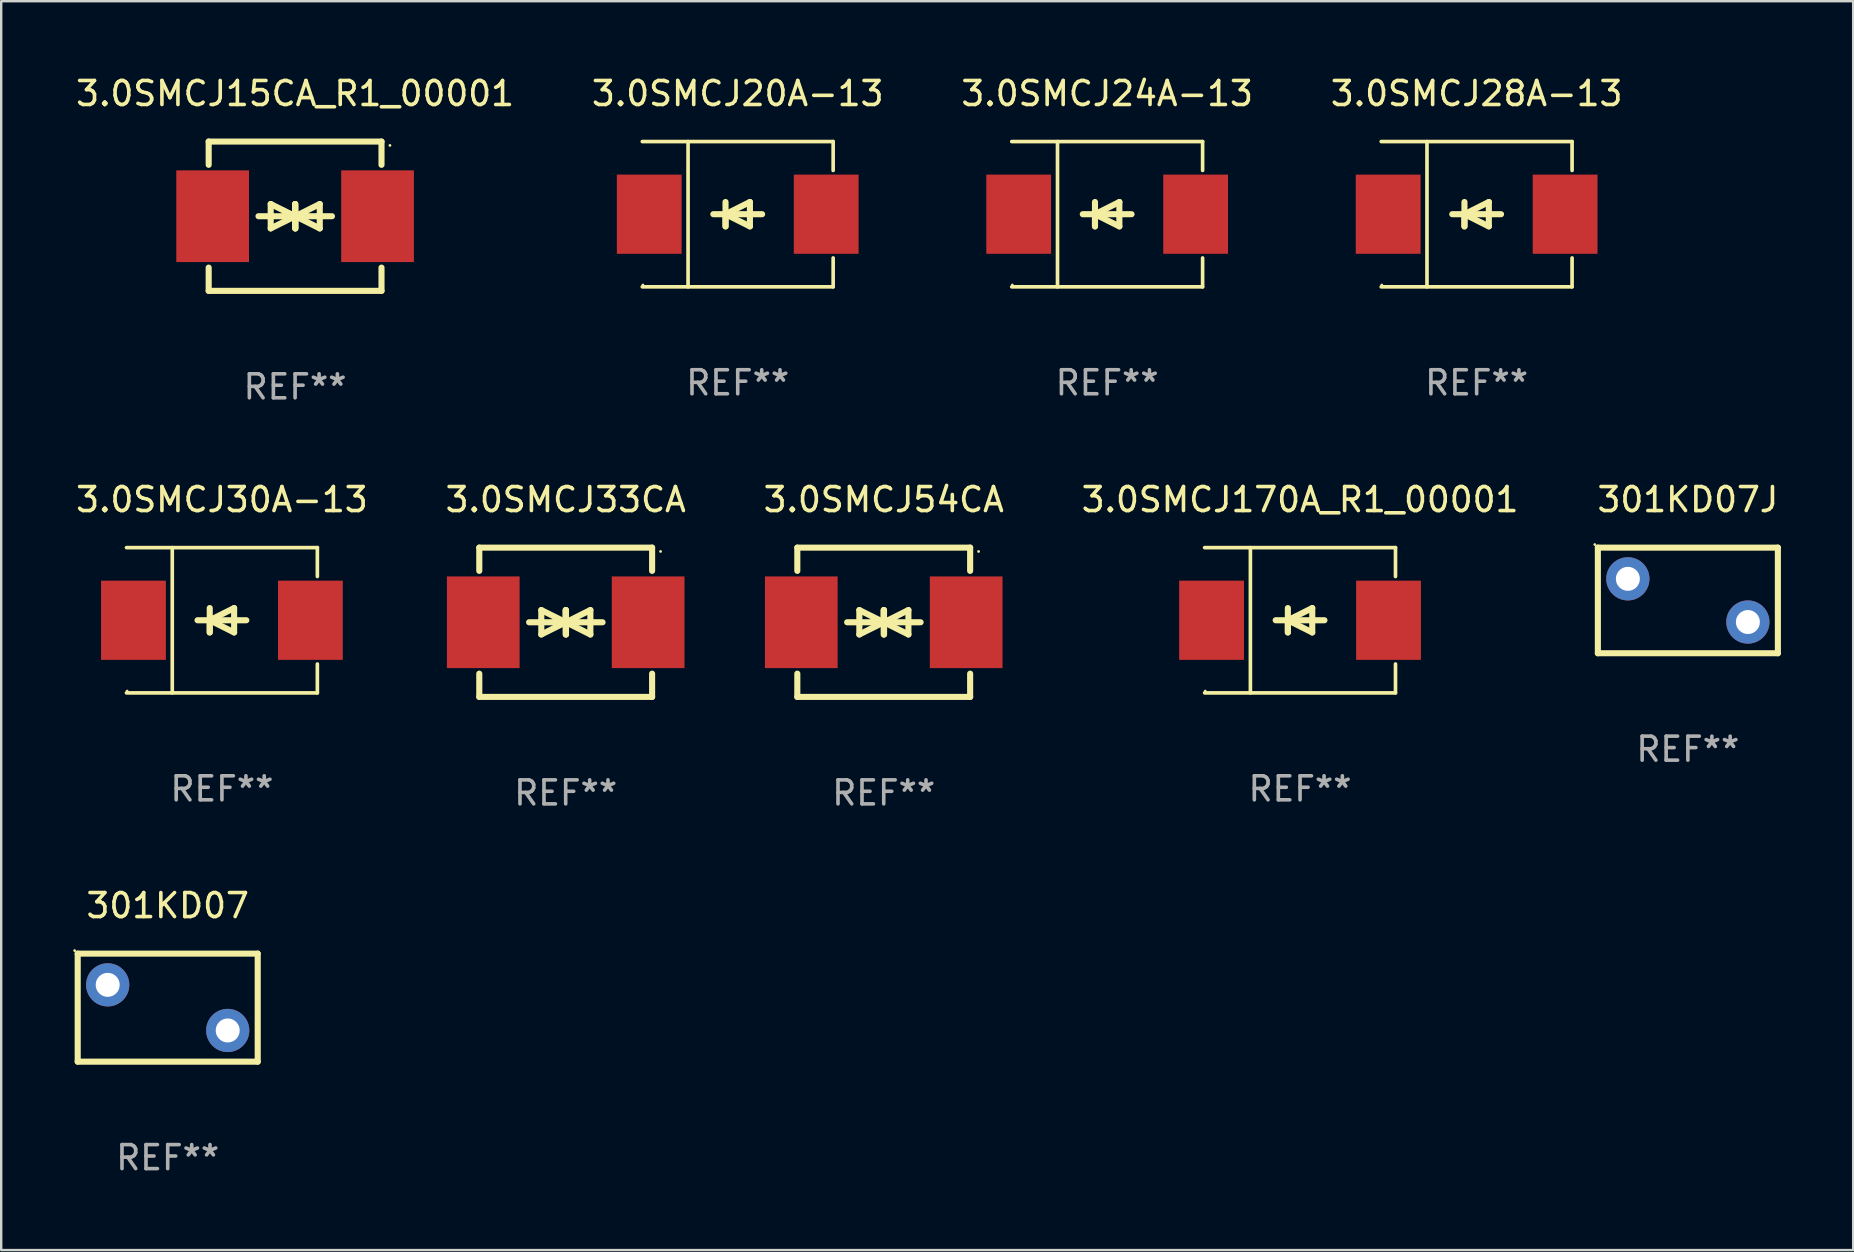
<source format=kicad_pcb>
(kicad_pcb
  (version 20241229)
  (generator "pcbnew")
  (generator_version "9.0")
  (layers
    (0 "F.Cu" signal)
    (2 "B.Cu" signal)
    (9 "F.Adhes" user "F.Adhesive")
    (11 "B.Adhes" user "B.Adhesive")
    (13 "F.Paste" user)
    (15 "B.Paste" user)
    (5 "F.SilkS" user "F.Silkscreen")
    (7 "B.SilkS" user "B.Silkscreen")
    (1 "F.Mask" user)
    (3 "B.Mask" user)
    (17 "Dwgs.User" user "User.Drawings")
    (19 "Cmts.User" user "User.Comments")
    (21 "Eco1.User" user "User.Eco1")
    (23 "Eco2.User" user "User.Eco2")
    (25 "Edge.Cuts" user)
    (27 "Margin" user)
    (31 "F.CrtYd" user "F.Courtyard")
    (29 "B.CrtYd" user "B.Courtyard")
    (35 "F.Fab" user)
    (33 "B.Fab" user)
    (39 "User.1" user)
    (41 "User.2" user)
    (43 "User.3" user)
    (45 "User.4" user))
  (footprint "301KD07"
    (layer "F.Cu")
    (at 3.937 38.931)
    (property "Reference" "301KD07" (at 0 -4.25 0) (layer "F.SilkS") (effects (font (size 1 1) (thickness 0.15))))
    (attr through_hole)
    (fp_line (start -3.75 -2.25) (end -3.75 2.25) (stroke (width 0.254) (type solid)) (layer "F.SilkS"))
    (fp_line (start -3.75 -2.25) (end 3.75 -2.25) (stroke (width 0.254) (type solid)) (layer "F.SilkS"))
    (fp_line (start -3.75 2.25) (end 3.75 2.25) (stroke (width 0.254) (type solid)) (layer "F.SilkS"))
    (fp_line (start 3.75 -2.25) (end 3.75 2.25) (stroke (width 0.254) (type solid)) (layer "F.SilkS"))
    (fp_circle (center -3.877 -2.377) (end -3.847 -2.377) (stroke (width 0.06) (type solid)) (fill no) (layer "F.SilkS"))
    (fp_text user "REF**" (at 0 6.25 0) (layer "F.Fab") (effects (font (size 1 1) (thickness 0.15))))
    (pad "1" thru_hole circle (at -2.5 -0.95) (size 1.8 1.8) (drill 1) (layers "*.Cu" "*.Mask"))
    (pad "2" thru_hole circle (at 2.5 0.95) (size 1.8 1.8) (drill 1) (layers "*.Cu" "*.Mask")))
  (footprint "3.0SMCJ20A-13"
    (layer "F.Cu")
    (at 27.685 5.874)
    (property "Reference" "3.0SMCJ20A-13" (at 0 -5.026 0) (layer "F.SilkS") (effects (font (size 1 1) (thickness 0.15))))
    (attr through_hole)
    (fp_line (start -3.976 -3.026) (end 3.976 -3.026) (stroke (width 0.152) (type solid)) (layer "F.SilkS"))
    (fp_line (start -3.976 3.026) (end 3.976 3.026) (stroke (width 0.152) (type solid)) (layer "F.SilkS"))
    (fp_line (start -2.069 -3.026) (end -2.069 3.026) (stroke (width 0.152) (type solid)) (layer "F.SilkS"))
    (fp_line (start -0.508 0) (end -0.508 0.508) (stroke (width 0.254) (type solid)) (layer "F.SilkS"))
    (fp_line (start -0.508 0) (end 0.508 0.508) (stroke (width 0.254) (type solid)) (layer "F.SilkS"))
    (fp_line (start -0.508 0.508) (end -0.508 -0.508) (stroke (width 0.254) (type solid)) (layer "F.SilkS"))
    (fp_line (start 0.508 -0.508) (end -0.508 0) (stroke (width 0.254) (type solid)) (layer "F.SilkS"))
    (fp_line (start 0.508 0.508) (end 0.508 -0.508) (stroke (width 0.254) (type solid)) (layer "F.SilkS"))
    (fp_line (start 1.016 0) (end -1.016 0) (stroke (width 0.254) (type solid)) (layer "F.SilkS"))
    (fp_line (start 3.976 -3.026) (end 3.976 -1.823) (stroke (width 0.152) (type solid)) (layer "F.SilkS"))
    (fp_line (start 3.976 3.026) (end 3.976 1.823) (stroke (width 0.152) (type solid)) (layer "F.SilkS"))
    (fp_circle (center -3.95 2.95) (end -3.92 2.95) (stroke (width 0.06) (type solid)) (fill no) (layer "F.SilkS"))
    (fp_text user "REF**" (at 0 7.026 0) (layer "F.Fab") (effects (font (size 1 1) (thickness 0.15))))
    (pad "1" smd rect (at -3.686 0) (size 2.7 3.3) (layers "F.Cu" "F.Mask" "F.Paste"))
    (pad "2" smd rect (at 3.686 0) (size 2.7 3.3) (layers "F.Cu" "F.Mask" "F.Paste")))
  (footprint "3.0SMCJ54CA"
    (layer "F.Cu")
    (at 33.768 22.875)
    (property "Reference" "3.0SMCJ54CA" (at 0 -5.11 0) (layer "F.SilkS") (effects (font (size 1 1) (thickness 0.15))))
    (attr through_hole)
    (fp_line (start -3.6 -2.141) (end -3.6 -3.11) (stroke (width 0.254) (type solid)) (layer "F.SilkS"))
    (fp_line (start -3.6 3.11) (end -3.6 2.141) (stroke (width 0.254) (type solid)) (layer "F.SilkS"))
    (fp_line (start -1.524 0) (end 0.508 0) (stroke (width 0.254) (type solid)) (layer "F.SilkS"))
    (fp_line (start -1.016 -0.508) (end -1.016 0.508) (stroke (width 0.254) (type solid)) (layer "F.SilkS"))
    (fp_line (start -1.016 0.508) (end 0 0) (stroke (width 0.254) (type solid)) (layer "F.SilkS"))
    (fp_line (start 0 -0.508) (end 0 0.508) (stroke (width 0.254) (type solid)) (layer "F.SilkS"))
    (fp_line (start 0 0) (end -1.016 -0.508) (stroke (width 0.254) (type solid)) (layer "F.SilkS"))
    (fp_line (start 0 0) (end 0 -0.508) (stroke (width 0.254) (type solid)) (layer "F.SilkS"))
    (fp_line (start 0.012 0) (end 0.012 0.508) (stroke (width 0.254) (type solid)) (layer "F.SilkS"))
    (fp_line (start 0.012 0) (end 1.028 0.508) (stroke (width 0.254) (type solid)) (layer "F.SilkS"))
    (fp_line (start 0.012 0.508) (end 0.012 -0.508) (stroke (width 0.254) (type solid)) (layer "F.SilkS"))
    (fp_line (start 1.028 -0.508) (end 0.012 0) (stroke (width 0.254) (type solid)) (layer "F.SilkS"))
    (fp_line (start 1.028 0.508) (end 1.028 -0.508) (stroke (width 0.254) (type solid)) (layer "F.SilkS"))
    (fp_line (start 1.536 0) (end -0.496 0) (stroke (width 0.254) (type solid)) (layer "F.SilkS"))
    (fp_line (start 3.6 -3.11) (end -3.6 -3.11) (stroke (width 0.254) (type solid)) (layer "F.SilkS"))
    (fp_line (start 3.6 -2.141) (end 3.6 -3.11) (stroke (width 0.254) (type solid)) (layer "F.SilkS"))
    (fp_line (start 3.6 3.11) (end -3.6 3.11) (stroke (width 0.254) (type solid)) (layer "F.SilkS"))
    (fp_line (start 3.6 3.11) (end 3.6 2.141) (stroke (width 0.254) (type solid)) (layer "F.SilkS"))
    (fp_circle (center 3.952 -2.95) (end 3.982 -2.95) (stroke (width 0.06) (type solid)) (fill no) (layer "F.SilkS"))
    (fp_text user "REF**" (at 0 7.11 0) (layer "F.Fab") (effects (font (size 1 1) (thickness 0.15))))
    (pad "1" smd rect (at 3.435 0) (size 3.03 3.82) (layers "F.Cu" "F.Mask" "F.Paste"))
    (pad "2" smd rect (at -3.435 0) (size 3.03 3.82) (layers "F.Cu" "F.Mask" "F.Paste")))
  (footprint "3.0SMCJ170A_R1_00001"
    (layer "F.Cu")
    (at 51.113 22.791)
    (property "Reference" "3.0SMCJ170A_R1_00001" (at 0 -5.026 0) (layer "F.SilkS") (effects (font (size 1 1) (thickness 0.15))))
    (attr through_hole)
    (fp_line (start -3.976 -3.026) (end 3.976 -3.026) (stroke (width 0.152) (type solid)) (layer "F.SilkS"))
    (fp_line (start -3.976 3.026) (end 3.976 3.026) (stroke (width 0.152) (type solid)) (layer "F.SilkS"))
    (fp_line (start -2.069 -3.026) (end -2.069 3.026) (stroke (width 0.152) (type solid)) (layer "F.SilkS"))
    (fp_line (start -0.508 0) (end -0.508 0.508) (stroke (width 0.254) (type solid)) (layer "F.SilkS"))
    (fp_line (start -0.508 0) (end 0.508 0.508) (stroke (width 0.254) (type solid)) (layer "F.SilkS"))
    (fp_line (start -0.508 0.508) (end -0.508 -0.508) (stroke (width 0.254) (type solid)) (layer "F.SilkS"))
    (fp_line (start 0.508 -0.508) (end -0.508 0) (stroke (width 0.254) (type solid)) (layer "F.SilkS"))
    (fp_line (start 0.508 0.508) (end 0.508 -0.508) (stroke (width 0.254) (type solid)) (layer "F.SilkS"))
    (fp_line (start 1.016 0) (end -1.016 0) (stroke (width 0.254) (type solid)) (layer "F.SilkS"))
    (fp_line (start 3.976 -3.026) (end 3.976 -1.823) (stroke (width 0.152) (type solid)) (layer "F.SilkS"))
    (fp_line (start 3.976 3.026) (end 3.976 1.823) (stroke (width 0.152) (type solid)) (layer "F.SilkS"))
    (fp_circle (center -3.95 2.95) (end -3.92 2.95) (stroke (width 0.06) (type solid)) (fill no) (layer "F.SilkS"))
    (fp_text user "REF**" (at 0 7.026 0) (layer "F.Fab") (effects (font (size 1 1) (thickness 0.15))))
    (pad "1" smd rect (at -3.686 0) (size 2.7 3.3) (layers "F.Cu" "F.Mask" "F.Paste"))
    (pad "2" smd rect (at 3.686 0) (size 2.7 3.3) (layers "F.Cu" "F.Mask" "F.Paste")))
  (footprint "3.0SMCJ30A-13"
    (layer "F.Cu")
    (at 6.196 22.791)
    (property "Reference" "3.0SMCJ30A-13" (at 0 -5.026 0) (layer "F.SilkS") (effects (font (size 1 1) (thickness 0.15))))
    (attr through_hole)
    (fp_line (start -3.976 -3.026) (end 3.976 -3.026) (stroke (width 0.152) (type solid)) (layer "F.SilkS"))
    (fp_line (start -3.976 3.026) (end 3.976 3.026) (stroke (width 0.152) (type solid)) (layer "F.SilkS"))
    (fp_line (start -2.069 -3.026) (end -2.069 3.026) (stroke (width 0.152) (type solid)) (layer "F.SilkS"))
    (fp_line (start -0.508 0) (end -0.508 0.508) (stroke (width 0.254) (type solid)) (layer "F.SilkS"))
    (fp_line (start -0.508 0) (end 0.508 0.508) (stroke (width 0.254) (type solid)) (layer "F.SilkS"))
    (fp_line (start -0.508 0.508) (end -0.508 -0.508) (stroke (width 0.254) (type solid)) (layer "F.SilkS"))
    (fp_line (start 0.508 -0.508) (end -0.508 0) (stroke (width 0.254) (type solid)) (layer "F.SilkS"))
    (fp_line (start 0.508 0.508) (end 0.508 -0.508) (stroke (width 0.254) (type solid)) (layer "F.SilkS"))
    (fp_line (start 1.016 0) (end -1.016 0) (stroke (width 0.254) (type solid)) (layer "F.SilkS"))
    (fp_line (start 3.976 -3.026) (end 3.976 -1.823) (stroke (width 0.152) (type solid)) (layer "F.SilkS"))
    (fp_line (start 3.976 3.026) (end 3.976 1.823) (stroke (width 0.152) (type solid)) (layer "F.SilkS"))
    (fp_circle (center -3.95 2.95) (end -3.92 2.95) (stroke (width 0.06) (type solid)) (fill no) (layer "F.SilkS"))
    (fp_text user "REF**" (at 0 7.026 0) (layer "F.Fab") (effects (font (size 1 1) (thickness 0.15))))
    (pad "1" smd rect (at -3.686 0) (size 2.7 3.3) (layers "F.Cu" "F.Mask" "F.Paste"))
    (pad "2" smd rect (at 3.686 0) (size 2.7 3.3) (layers "F.Cu" "F.Mask" "F.Paste")))
  (footprint "3.0SMCJ33CA"
    (layer "F.Cu")
    (at 20.518 22.875)
    (property "Reference" "3.0SMCJ33CA" (at 0 -5.11 0) (layer "F.SilkS") (effects (font (size 1 1) (thickness 0.15))))
    (attr through_hole)
    (fp_line (start -3.6 -2.141) (end -3.6 -3.11) (stroke (width 0.254) (type solid)) (layer "F.SilkS"))
    (fp_line (start -3.6 3.11) (end -3.6 2.141) (stroke (width 0.254) (type solid)) (layer "F.SilkS"))
    (fp_line (start -1.524 0) (end 0.508 0) (stroke (width 0.254) (type solid)) (layer "F.SilkS"))
    (fp_line (start -1.016 -0.508) (end -1.016 0.508) (stroke (width 0.254) (type solid)) (layer "F.SilkS"))
    (fp_line (start -1.016 0.508) (end 0 0) (stroke (width 0.254) (type solid)) (layer "F.SilkS"))
    (fp_line (start 0 -0.508) (end 0 0.508) (stroke (width 0.254) (type solid)) (layer "F.SilkS"))
    (fp_line (start 0 0) (end -1.016 -0.508) (stroke (width 0.254) (type solid)) (layer "F.SilkS"))
    (fp_line (start 0 0) (end 0 -0.508) (stroke (width 0.254) (type solid)) (layer "F.SilkS"))
    (fp_line (start 0.012 0) (end 0.012 0.508) (stroke (width 0.254) (type solid)) (layer "F.SilkS"))
    (fp_line (start 0.012 0) (end 1.028 0.508) (stroke (width 0.254) (type solid)) (layer "F.SilkS"))
    (fp_line (start 0.012 0.508) (end 0.012 -0.508) (stroke (width 0.254) (type solid)) (layer "F.SilkS"))
    (fp_line (start 1.028 -0.508) (end 0.012 0) (stroke (width 0.254) (type solid)) (layer "F.SilkS"))
    (fp_line (start 1.028 0.508) (end 1.028 -0.508) (stroke (width 0.254) (type solid)) (layer "F.SilkS"))
    (fp_line (start 1.536 0) (end -0.496 0) (stroke (width 0.254) (type solid)) (layer "F.SilkS"))
    (fp_line (start 3.6 -3.11) (end -3.6 -3.11) (stroke (width 0.254) (type solid)) (layer "F.SilkS"))
    (fp_line (start 3.6 -2.141) (end 3.6 -3.11) (stroke (width 0.254) (type solid)) (layer "F.SilkS"))
    (fp_line (start 3.6 3.11) (end -3.6 3.11) (stroke (width 0.254) (type solid)) (layer "F.SilkS"))
    (fp_line (start 3.6 3.11) (end 3.6 2.141) (stroke (width 0.254) (type solid)) (layer "F.SilkS"))
    (fp_circle (center 3.952 -2.95) (end 3.982 -2.95) (stroke (width 0.06) (type solid)) (fill no) (layer "F.SilkS"))
    (fp_text user "REF**" (at 0 7.11 0) (layer "F.Fab") (effects (font (size 1 1) (thickness 0.15))))
    (pad "1" smd rect (at 3.435 0) (size 3.03 3.82) (layers "F.Cu" "F.Mask" "F.Paste"))
    (pad "2" smd rect (at -3.435 0) (size 3.03 3.82) (layers "F.Cu" "F.Mask" "F.Paste")))
  (footprint "3.0SMCJ24A-13"
    (layer "F.Cu")
    (at 43.077 5.874)
    (property "Reference" "3.0SMCJ24A-13" (at 0 -5.026 0) (layer "F.SilkS") (effects (font (size 1 1) (thickness 0.15))))
    (attr through_hole)
    (fp_line (start -3.976 -3.026) (end 3.976 -3.026) (stroke (width 0.152) (type solid)) (layer "F.SilkS"))
    (fp_line (start -3.976 3.026) (end 3.976 3.026) (stroke (width 0.152) (type solid)) (layer "F.SilkS"))
    (fp_line (start -2.069 -3.026) (end -2.069 3.026) (stroke (width 0.152) (type solid)) (layer "F.SilkS"))
    (fp_line (start -0.508 0) (end -0.508 0.508) (stroke (width 0.254) (type solid)) (layer "F.SilkS"))
    (fp_line (start -0.508 0) (end 0.508 0.508) (stroke (width 0.254) (type solid)) (layer "F.SilkS"))
    (fp_line (start -0.508 0.508) (end -0.508 -0.508) (stroke (width 0.254) (type solid)) (layer "F.SilkS"))
    (fp_line (start 0.508 -0.508) (end -0.508 0) (stroke (width 0.254) (type solid)) (layer "F.SilkS"))
    (fp_line (start 0.508 0.508) (end 0.508 -0.508) (stroke (width 0.254) (type solid)) (layer "F.SilkS"))
    (fp_line (start 1.016 0) (end -1.016 0) (stroke (width 0.254) (type solid)) (layer "F.SilkS"))
    (fp_line (start 3.976 -3.026) (end 3.976 -1.823) (stroke (width 0.152) (type solid)) (layer "F.SilkS"))
    (fp_line (start 3.976 3.026) (end 3.976 1.823) (stroke (width 0.152) (type solid)) (layer "F.SilkS"))
    (fp_circle (center -3.95 2.95) (end -3.92 2.95) (stroke (width 0.06) (type solid)) (fill no) (layer "F.SilkS"))
    (fp_text user "REF**" (at 0 7.026 0) (layer "F.Fab") (effects (font (size 1 1) (thickness 0.15))))
    (pad "1" smd rect (at -3.686 0) (size 2.7 3.3) (layers "F.Cu" "F.Mask" "F.Paste"))
    (pad "2" smd rect (at 3.686 0) (size 2.7 3.3) (layers "F.Cu" "F.Mask" "F.Paste")))
  (footprint "3.0SMCJ15CA_R1_00001"
    (layer "F.Cu")
    (at 9.244 5.958)
    (property "Reference" "3.0SMCJ15CA_R1_00001" (at 0 -5.11 0) (layer "F.SilkS") (effects (font (size 1 1) (thickness 0.15))))
    (attr through_hole)
    (fp_line (start -3.6 -2.141) (end -3.6 -3.11) (stroke (width 0.254) (type solid)) (layer "F.SilkS"))
    (fp_line (start -3.6 3.11) (end -3.6 2.141) (stroke (width 0.254) (type solid)) (layer "F.SilkS"))
    (fp_line (start -1.524 0) (end 0.508 0) (stroke (width 0.254) (type solid)) (layer "F.SilkS"))
    (fp_line (start -1.016 -0.508) (end -1.016 0.508) (stroke (width 0.254) (type solid)) (layer "F.SilkS"))
    (fp_line (start -1.016 0.508) (end 0 0) (stroke (width 0.254) (type solid)) (layer "F.SilkS"))
    (fp_line (start 0 -0.508) (end 0 0.508) (stroke (width 0.254) (type solid)) (layer "F.SilkS"))
    (fp_line (start 0 0) (end -1.016 -0.508) (stroke (width 0.254) (type solid)) (layer "F.SilkS"))
    (fp_line (start 0 0) (end 0 -0.508) (stroke (width 0.254) (type solid)) (layer "F.SilkS"))
    (fp_line (start 0.012 0) (end 0.012 0.508) (stroke (width 0.254) (type solid)) (layer "F.SilkS"))
    (fp_line (start 0.012 0) (end 1.028 0.508) (stroke (width 0.254) (type solid)) (layer "F.SilkS"))
    (fp_line (start 0.012 0.508) (end 0.012 -0.508) (stroke (width 0.254) (type solid)) (layer "F.SilkS"))
    (fp_line (start 1.028 -0.508) (end 0.012 0) (stroke (width 0.254) (type solid)) (layer "F.SilkS"))
    (fp_line (start 1.028 0.508) (end 1.028 -0.508) (stroke (width 0.254) (type solid)) (layer "F.SilkS"))
    (fp_line (start 1.536 0) (end -0.496 0) (stroke (width 0.254) (type solid)) (layer "F.SilkS"))
    (fp_line (start 3.6 -3.11) (end -3.6 -3.11) (stroke (width 0.254) (type solid)) (layer "F.SilkS"))
    (fp_line (start 3.6 -2.141) (end 3.6 -3.11) (stroke (width 0.254) (type solid)) (layer "F.SilkS"))
    (fp_line (start 3.6 3.11) (end -3.6 3.11) (stroke (width 0.254) (type solid)) (layer "F.SilkS"))
    (fp_line (start 3.6 3.11) (end 3.6 2.141) (stroke (width 0.254) (type solid)) (layer "F.SilkS"))
    (fp_circle (center 3.952 -2.95) (end 3.982 -2.95) (stroke (width 0.06) (type solid)) (fill no) (layer "F.SilkS"))
    (fp_text user "REF**" (at 0 7.11 0) (layer "F.Fab") (effects (font (size 1 1) (thickness 0.15))))
    (pad "1" smd rect (at 3.435 0) (size 3.03 3.82) (layers "F.Cu" "F.Mask" "F.Paste"))
    (pad "2" smd rect (at -3.435 0) (size 3.03 3.82) (layers "F.Cu" "F.Mask" "F.Paste")))
  (footprint "3.0SMCJ28A-13"
    (layer "F.Cu")
    (at 58.47 5.874)
    (property "Reference" "3.0SMCJ28A-13" (at 0 -5.026 0) (layer "F.SilkS") (effects (font (size 1 1) (thickness 0.15))))
    (attr through_hole)
    (fp_line (start -3.976 -3.026) (end 3.976 -3.026) (stroke (width 0.152) (type solid)) (layer "F.SilkS"))
    (fp_line (start -3.976 3.026) (end 3.976 3.026) (stroke (width 0.152) (type solid)) (layer "F.SilkS"))
    (fp_line (start -2.069 -3.026) (end -2.069 3.026) (stroke (width 0.152) (type solid)) (layer "F.SilkS"))
    (fp_line (start -0.508 0) (end -0.508 0.508) (stroke (width 0.254) (type solid)) (layer "F.SilkS"))
    (fp_line (start -0.508 0) (end 0.508 0.508) (stroke (width 0.254) (type solid)) (layer "F.SilkS"))
    (fp_line (start -0.508 0.508) (end -0.508 -0.508) (stroke (width 0.254) (type solid)) (layer "F.SilkS"))
    (fp_line (start 0.508 -0.508) (end -0.508 0) (stroke (width 0.254) (type solid)) (layer "F.SilkS"))
    (fp_line (start 0.508 0.508) (end 0.508 -0.508) (stroke (width 0.254) (type solid)) (layer "F.SilkS"))
    (fp_line (start 1.016 0) (end -1.016 0) (stroke (width 0.254) (type solid)) (layer "F.SilkS"))
    (fp_line (start 3.976 -3.026) (end 3.976 -1.823) (stroke (width 0.152) (type solid)) (layer "F.SilkS"))
    (fp_line (start 3.976 3.026) (end 3.976 1.823) (stroke (width 0.152) (type solid)) (layer "F.SilkS"))
    (fp_circle (center -3.95 2.95) (end -3.92 2.95) (stroke (width 0.06) (type solid)) (fill no) (layer "F.SilkS"))
    (fp_text user "REF**" (at 0 7.026 0) (layer "F.Fab") (effects (font (size 1 1) (thickness 0.15))))
    (pad "1" smd rect (at -3.686 0) (size 2.7 3.3) (layers "F.Cu" "F.Mask" "F.Paste"))
    (pad "2" smd rect (at 3.686 0) (size 2.7 3.3) (layers "F.Cu" "F.Mask" "F.Paste")))
  (footprint "301KD07J"
    (layer "F.Cu")
    (at 67.27 21.965)
    (property "Reference" "301KD07J" (at 0 -4.2 0) (layer "F.SilkS") (effects (font (size 1 1) (thickness 0.15))))
    (attr through_hole)
    (fp_line (start -3.75 -2.2) (end 3.75 -2.2) (stroke (width 0.254) (type solid)) (layer "F.SilkS"))
    (fp_line (start -3.75 2.2) (end -3.75 -2.2) (stroke (width 0.254) (type solid)) (layer "F.SilkS"))
    (fp_line (start 3.75 -2.2) (end 3.75 2.2) (stroke (width 0.254) (type solid)) (layer "F.SilkS"))
    (fp_line (start 3.75 2.2) (end -3.75 2.2) (stroke (width 0.254) (type solid)) (layer "F.SilkS"))
    (fp_circle (center -3.877 -2.327) (end -3.847 -2.327) (stroke (width 0.06) (type solid)) (fill no) (layer "F.SilkS"))
    (fp_text user "REF**" (at 0 6.2 0) (layer "F.Fab") (effects (font (size 1 1) (thickness 0.15))))
    (pad "1" thru_hole circle (at -2.5 -0.9) (size 1.8 1.8) (drill 1) (layers "*.Cu" "*.Mask"))
    (pad "2" thru_hole circle (at 2.5 0.9) (size 1.8 1.8) (drill 1) (layers "*.Cu" "*.Mask")))
  (gr_rect
    (start -3 -3)
    (end 74.157 49.03)
    (stroke (width 0.1) (type default))
    (fill no)
    (layer "Edge.Cuts")))
</source>
